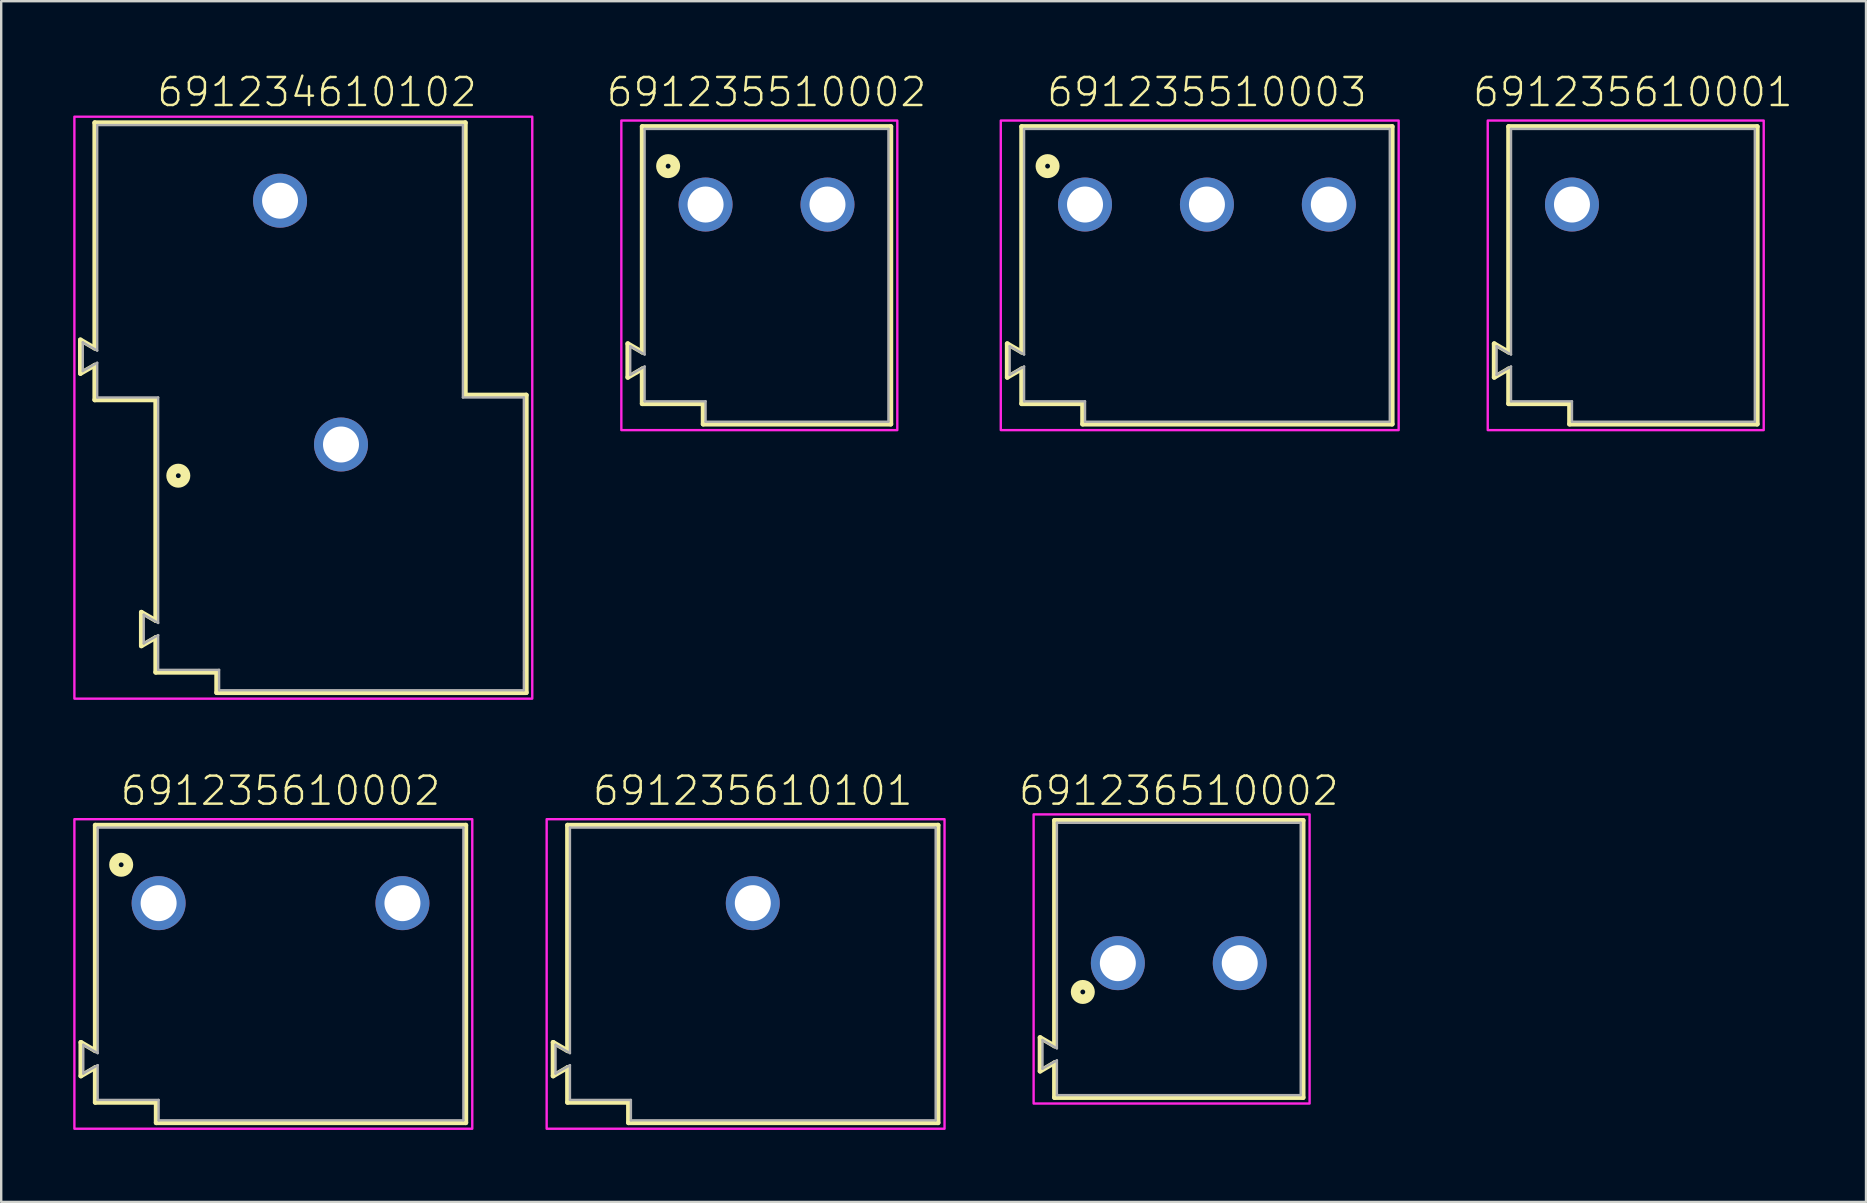
<source format=kicad_pcb>
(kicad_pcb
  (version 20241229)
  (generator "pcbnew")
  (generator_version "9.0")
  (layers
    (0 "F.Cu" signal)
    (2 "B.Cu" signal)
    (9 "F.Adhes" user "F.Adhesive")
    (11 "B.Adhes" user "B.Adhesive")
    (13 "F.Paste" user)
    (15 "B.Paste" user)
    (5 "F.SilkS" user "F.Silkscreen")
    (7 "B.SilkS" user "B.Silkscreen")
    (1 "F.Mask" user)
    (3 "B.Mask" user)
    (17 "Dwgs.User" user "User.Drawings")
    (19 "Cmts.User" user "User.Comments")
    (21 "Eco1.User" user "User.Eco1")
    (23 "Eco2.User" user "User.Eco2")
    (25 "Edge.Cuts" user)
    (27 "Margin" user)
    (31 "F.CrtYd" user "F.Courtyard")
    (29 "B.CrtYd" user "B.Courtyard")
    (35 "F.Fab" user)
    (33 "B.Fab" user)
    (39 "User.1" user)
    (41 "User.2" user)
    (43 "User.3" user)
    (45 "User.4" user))
  (footprint "691235610002"
    (layer "F.Cu")
    (at 8.64 34.586)
    (property "Reference" "691235610002" (at 0 -4 0) (unlocked yes) (layer "F.SilkS") (effects (font (size 1.168 1.168) (thickness 0.102)) (justify bottom)))
    (fp_line (start -8.32 5.8) (end -7.72 6.15) (stroke (width 0.2) (type solid)) (layer "F.SilkS"))
    (fp_line (start -8.32 7.2) (end -8.32 5.8) (stroke (width 0.2) (type solid)) (layer "F.SilkS"))
    (fp_line (start -7.72 -3.25) (end 7.72 -3.25) (stroke (width 0.2) (type solid)) (layer "F.SilkS"))
    (fp_line (start -7.72 6.15) (end -7.72 -3.25) (stroke (width 0.2) (type solid)) (layer "F.SilkS"))
    (fp_line (start -7.72 6.85) (end -8.32 7.2) (stroke (width 0.2) (type solid)) (layer "F.SilkS"))
    (fp_line (start -7.72 8.3) (end -7.72 6.85) (stroke (width 0.2) (type solid)) (layer "F.SilkS"))
    (fp_line (start -5.18 8.3) (end -7.72 8.3) (stroke (width 0.2) (type solid)) (layer "F.SilkS"))
    (fp_line (start -5.18 9.15) (end -5.18 8.3) (stroke (width 0.2) (type solid)) (layer "F.SilkS"))
    (fp_line (start 7.72 -3.25) (end 7.72 9.15) (stroke (width 0.2) (type solid)) (layer "F.SilkS"))
    (fp_line (start 7.72 9.15) (end -5.18 9.15) (stroke (width 0.2) (type solid)) (layer "F.SilkS"))
    (fp_circle (center -6.64 -1.6) (end -6.54 -1.6) (stroke (width 0.4) (type solid)) (fill no) (layer "F.SilkS"))
    (fp_poly (pts (xy 7.99 9.4) (xy -8.59 9.4) (xy -8.59 -3.5) (xy 7.99 -3.5)) (stroke (width 0.1) (type default)) (fill no) (layer "F.CrtYd"))
    (fp_line (start -8.22 5.9) (end -8.22 7.1) (stroke (width 0.1) (type solid)) (layer "F.Fab"))
    (fp_line (start -8.22 5.9) (end -7.62 6.25) (stroke (width 0.1) (type solid)) (layer "F.Fab"))
    (fp_line (start -8.22 7.1) (end -7.62 6.75) (stroke (width 0.1) (type solid)) (layer "F.Fab"))
    (fp_line (start -7.62 -3.15) (end 7.62 -3.15) (stroke (width 0.1) (type solid)) (layer "F.Fab"))
    (fp_line (start -7.62 6.25) (end -7.62 -3.15) (stroke (width 0.1) (type solid)) (layer "F.Fab"))
    (fp_line (start -7.62 8.2) (end -7.62 6.75) (stroke (width 0.1) (type solid)) (layer "F.Fab"))
    (fp_line (start -5.08 8.2) (end -7.62 8.2) (stroke (width 0.1) (type solid)) (layer "F.Fab"))
    (fp_line (start -5.08 9.05) (end -5.08 8.2) (stroke (width 0.1) (type solid)) (layer "F.Fab"))
    (fp_line (start 7.62 -3.15) (end 7.62 9.05) (stroke (width 0.1) (type solid)) (layer "F.Fab"))
    (fp_line (start 7.62 9.05) (end -5.08 9.05) (stroke (width 0.1) (type solid)) (layer "F.Fab"))
    (pad "1" thru_hole circle (at -5.08 0) (size 2.25 2.25) (drill 1.5) (layers "*.Cu" "*.Mask"))
    (pad "2" thru_hole circle (at 5.08 0) (size 2.25 2.25) (drill 1.5) (layers "*.Cu" "*.Mask")))
  (footprint "691235510003"
    (layer "F.Cu")
    (at 47.244 5.473)
    (property "Reference" "691235510003" (at 0 -4 0) (unlocked yes) (layer "F.SilkS") (effects (font (size 1.168 1.168) (thickness 0.102)) (justify bottom)))
    (fp_line (start -8.32 5.8) (end -7.72 6.15) (stroke (width 0.2) (type solid)) (layer "F.SilkS"))
    (fp_line (start -8.32 7.2) (end -8.32 5.8) (stroke (width 0.2) (type solid)) (layer "F.SilkS"))
    (fp_line (start -7.72 -3.25) (end 7.72 -3.25) (stroke (width 0.2) (type solid)) (layer "F.SilkS"))
    (fp_line (start -7.72 6.15) (end -7.72 -3.25) (stroke (width 0.2) (type solid)) (layer "F.SilkS"))
    (fp_line (start -7.72 6.85) (end -8.32 7.2) (stroke (width 0.2) (type solid)) (layer "F.SilkS"))
    (fp_line (start -7.72 8.3) (end -7.72 6.85) (stroke (width 0.2) (type solid)) (layer "F.SilkS"))
    (fp_line (start -5.18 8.3) (end -7.72 8.3) (stroke (width 0.2) (type solid)) (layer "F.SilkS"))
    (fp_line (start -5.18 9.15) (end -5.18 8.3) (stroke (width 0.2) (type solid)) (layer "F.SilkS"))
    (fp_line (start 7.72 -3.25) (end 7.72 9.15) (stroke (width 0.2) (type solid)) (layer "F.SilkS"))
    (fp_line (start 7.72 9.15) (end -5.18 9.15) (stroke (width 0.2) (type solid)) (layer "F.SilkS"))
    (fp_circle (center -6.64 -1.6) (end -6.54 -1.6) (stroke (width 0.4) (type solid)) (fill no) (layer "F.SilkS"))
    (fp_poly (pts (xy 7.99 9.4) (xy -8.59 9.4) (xy -8.59 -3.5) (xy 7.99 -3.5)) (stroke (width 0.1) (type default)) (fill no) (layer "F.CrtYd"))
    (fp_line (start -8.22 5.9) (end -8.22 7.1) (stroke (width 0.1) (type solid)) (layer "F.Fab"))
    (fp_line (start -8.22 5.9) (end -7.62 6.25) (stroke (width 0.1) (type solid)) (layer "F.Fab"))
    (fp_line (start -8.22 7.1) (end -7.62 6.75) (stroke (width 0.1) (type solid)) (layer "F.Fab"))
    (fp_line (start -7.62 -3.15) (end 7.62 -3.15) (stroke (width 0.1) (type solid)) (layer "F.Fab"))
    (fp_line (start -7.62 6.25) (end -7.62 -3.15) (stroke (width 0.1) (type solid)) (layer "F.Fab"))
    (fp_line (start -7.62 8.2) (end -7.62 6.75) (stroke (width 0.1) (type solid)) (layer "F.Fab"))
    (fp_line (start -5.08 8.2) (end -7.62 8.2) (stroke (width 0.1) (type solid)) (layer "F.Fab"))
    (fp_line (start -5.08 9.05) (end -5.08 8.2) (stroke (width 0.1) (type solid)) (layer "F.Fab"))
    (fp_line (start 7.62 -3.15) (end 7.62 9.05) (stroke (width 0.1) (type solid)) (layer "F.Fab"))
    (fp_line (start 7.62 9.05) (end -5.08 9.05) (stroke (width 0.1) (type solid)) (layer "F.Fab"))
    (pad "1" thru_hole circle (at -5.08 0) (size 2.25 2.25) (drill 1.5) (layers "*.Cu" "*.Mask"))
    (pad "2" thru_hole circle (at 0 0) (size 2.25 2.25) (drill 1.5) (layers "*.Cu" "*.Mask"))
    (pad "3" thru_hole circle (at 5.08 0) (size 2.25 2.25) (drill 1.5) (layers "*.Cu" "*.Mask")))
  (footprint "691235610101"
    (layer "F.Cu")
    (at 28.32 34.586)
    (property "Reference" "691235610101" (at 0 -4 0) (unlocked yes) (layer "F.SilkS") (effects (font (size 1.168 1.168) (thickness 0.102)) (justify bottom)))
    (fp_line (start -8.32 5.8) (end -7.72 6.15) (stroke (width 0.2) (type solid)) (layer "F.SilkS"))
    (fp_line (start -8.32 7.2) (end -8.32 5.8) (stroke (width 0.2) (type solid)) (layer "F.SilkS"))
    (fp_line (start -7.72 -3.25) (end 7.72 -3.25) (stroke (width 0.2) (type solid)) (layer "F.SilkS"))
    (fp_line (start -7.72 6.15) (end -7.72 -3.25) (stroke (width 0.2) (type solid)) (layer "F.SilkS"))
    (fp_line (start -7.72 6.85) (end -8.32 7.2) (stroke (width 0.2) (type solid)) (layer "F.SilkS"))
    (fp_line (start -7.72 8.3) (end -7.72 6.85) (stroke (width 0.2) (type solid)) (layer "F.SilkS"))
    (fp_line (start -5.18 8.3) (end -7.72 8.3) (stroke (width 0.2) (type solid)) (layer "F.SilkS"))
    (fp_line (start -5.18 9.15) (end -5.18 8.3) (stroke (width 0.2) (type solid)) (layer "F.SilkS"))
    (fp_line (start 7.72 -3.25) (end 7.72 9.15) (stroke (width 0.2) (type solid)) (layer "F.SilkS"))
    (fp_line (start 7.72 9.15) (end -5.18 9.15) (stroke (width 0.2) (type solid)) (layer "F.SilkS"))
    (fp_poly (pts (xy 7.99 9.4) (xy -8.59 9.4) (xy -8.59 -3.5) (xy 7.99 -3.5)) (stroke (width 0.1) (type default)) (fill no) (layer "F.CrtYd"))
    (fp_line (start -8.22 5.9) (end -8.22 7.1) (stroke (width 0.1) (type solid)) (layer "F.Fab"))
    (fp_line (start -8.22 5.9) (end -7.62 6.25) (stroke (width 0.1) (type solid)) (layer "F.Fab"))
    (fp_line (start -8.22 7.1) (end -7.62 6.75) (stroke (width 0.1) (type solid)) (layer "F.Fab"))
    (fp_line (start -7.62 -3.15) (end 7.62 -3.15) (stroke (width 0.1) (type solid)) (layer "F.Fab"))
    (fp_line (start -7.62 6.25) (end -7.62 -3.15) (stroke (width 0.1) (type solid)) (layer "F.Fab"))
    (fp_line (start -7.62 8.2) (end -7.62 6.75) (stroke (width 0.1) (type solid)) (layer "F.Fab"))
    (fp_line (start -5.08 8.2) (end -7.62 8.2) (stroke (width 0.1) (type solid)) (layer "F.Fab"))
    (fp_line (start -5.08 9.05) (end -5.08 8.2) (stroke (width 0.1) (type solid)) (layer "F.Fab"))
    (fp_line (start 7.62 -3.15) (end 7.62 9.05) (stroke (width 0.1) (type solid)) (layer "F.Fab"))
    (fp_line (start 7.62 9.05) (end -5.08 9.05) (stroke (width 0.1) (type solid)) (layer "F.Fab"))
    (pad "1" thru_hole circle (at 0 0) (size 2.25 2.25) (drill 1.5) (layers "*.Cu" "*.Mask")))
  (footprint "691235510002"
    (layer "F.Cu")
    (at 28.892 5.473)
    (property "Reference" "691235510002" (at 0 -4 0) (unlocked yes) (layer "F.SilkS") (effects (font (size 1.168 1.168) (thickness 0.102)) (justify bottom)))
    (fp_line (start -5.78 5.8) (end -5.18 6.15) (stroke (width 0.2) (type solid)) (layer "F.SilkS"))
    (fp_line (start -5.78 7.2) (end -5.78 5.8) (stroke (width 0.2) (type solid)) (layer "F.SilkS"))
    (fp_line (start -5.18 -3.25) (end 5.18 -3.25) (stroke (width 0.2) (type solid)) (layer "F.SilkS"))
    (fp_line (start -5.18 6.15) (end -5.18 -3.25) (stroke (width 0.2) (type solid)) (layer "F.SilkS"))
    (fp_line (start -5.18 6.85) (end -5.78 7.2) (stroke (width 0.2) (type solid)) (layer "F.SilkS"))
    (fp_line (start -5.18 8.3) (end -5.18 6.85) (stroke (width 0.2) (type solid)) (layer "F.SilkS"))
    (fp_line (start -2.64 8.3) (end -5.18 8.3) (stroke (width 0.2) (type solid)) (layer "F.SilkS"))
    (fp_line (start -2.64 9.15) (end -2.64 8.3) (stroke (width 0.2) (type solid)) (layer "F.SilkS"))
    (fp_line (start 5.18 -3.25) (end 5.18 9.15) (stroke (width 0.2) (type solid)) (layer "F.SilkS"))
    (fp_line (start 5.18 9.15) (end -2.64 9.15) (stroke (width 0.2) (type solid)) (layer "F.SilkS"))
    (fp_circle (center -4.1 -1.6) (end -4 -1.6) (stroke (width 0.4) (type solid)) (fill no) (layer "F.SilkS"))
    (fp_poly (pts (xy 5.45 9.4) (xy -6.05 9.4) (xy -6.05 -3.5) (xy 5.45 -3.5)) (stroke (width 0.1) (type default)) (fill no) (layer "F.CrtYd"))
    (fp_line (start -5.68 5.9) (end -5.68 7.1) (stroke (width 0.1) (type solid)) (layer "F.Fab"))
    (fp_line (start -5.68 5.9) (end -5.08 6.25) (stroke (width 0.1) (type solid)) (layer "F.Fab"))
    (fp_line (start -5.68 7.1) (end -5.08 6.75) (stroke (width 0.1) (type solid)) (layer "F.Fab"))
    (fp_line (start -5.08 -3.15) (end 5.08 -3.15) (stroke (width 0.1) (type solid)) (layer "F.Fab"))
    (fp_line (start -5.08 6.25) (end -5.08 -3.15) (stroke (width 0.1) (type solid)) (layer "F.Fab"))
    (fp_line (start -5.08 8.2) (end -5.08 6.75) (stroke (width 0.1) (type solid)) (layer "F.Fab"))
    (fp_line (start -2.54 8.2) (end -5.08 8.2) (stroke (width 0.1) (type solid)) (layer "F.Fab"))
    (fp_line (start -2.54 9.05) (end -2.54 8.2) (stroke (width 0.1) (type solid)) (layer "F.Fab"))
    (fp_line (start 5.08 -3.15) (end 5.08 9.05) (stroke (width 0.1) (type solid)) (layer "F.Fab"))
    (fp_line (start 5.08 9.05) (end -2.54 9.05) (stroke (width 0.1) (type solid)) (layer "F.Fab"))
    (pad "1" thru_hole circle (at -2.54 0) (size 2.25 2.25) (drill 1.5) (layers "*.Cu" "*.Mask"))
    (pad "2" thru_hole circle (at 2.54 0) (size 2.25 2.25) (drill 1.5) (layers "*.Cu" "*.Mask")))
  (footprint "691235610001"
    (layer "F.Cu")
    (at 62.456 5.473)
    (property "Reference" "691235610001" (at 2.54 -4 0) (unlocked yes) (layer "F.SilkS") (effects (font (size 1.168 1.168) (thickness 0.102)) (justify bottom)))
    (fp_line (start -3.24 5.8) (end -2.64 6.15) (stroke (width 0.2) (type solid)) (layer "F.SilkS"))
    (fp_line (start -3.24 7.2) (end -3.24 5.8) (stroke (width 0.2) (type solid)) (layer "F.SilkS"))
    (fp_line (start -2.64 -3.25) (end 7.72 -3.25) (stroke (width 0.2) (type solid)) (layer "F.SilkS"))
    (fp_line (start -2.64 6.15) (end -2.64 -3.25) (stroke (width 0.2) (type solid)) (layer "F.SilkS"))
    (fp_line (start -2.64 6.85) (end -3.24 7.2) (stroke (width 0.2) (type solid)) (layer "F.SilkS"))
    (fp_line (start -2.64 8.3) (end -2.64 6.85) (stroke (width 0.2) (type solid)) (layer "F.SilkS"))
    (fp_line (start -0.1 8.3) (end -2.64 8.3) (stroke (width 0.2) (type solid)) (layer "F.SilkS"))
    (fp_line (start -0.1 9.15) (end -0.1 8.3) (stroke (width 0.2) (type solid)) (layer "F.SilkS"))
    (fp_line (start 7.72 -3.25) (end 7.72 9.15) (stroke (width 0.2) (type solid)) (layer "F.SilkS"))
    (fp_line (start 7.72 9.15) (end -0.1 9.15) (stroke (width 0.2) (type solid)) (layer "F.SilkS"))
    (fp_poly (pts (xy 7.99 9.4) (xy -3.51 9.4) (xy -3.51 -3.5) (xy 7.99 -3.5)) (stroke (width 0.1) (type default)) (fill no) (layer "F.CrtYd"))
    (fp_line (start -3.14 5.9) (end -3.14 7.1) (stroke (width 0.1) (type solid)) (layer "F.Fab"))
    (fp_line (start -3.14 5.9) (end -2.54 6.25) (stroke (width 0.1) (type solid)) (layer "F.Fab"))
    (fp_line (start -3.14 7.1) (end -2.54 6.75) (stroke (width 0.1) (type solid)) (layer "F.Fab"))
    (fp_line (start -2.54 -3.15) (end 7.62 -3.15) (stroke (width 0.1) (type solid)) (layer "F.Fab"))
    (fp_line (start -2.54 6.25) (end -2.54 -3.15) (stroke (width 0.1) (type solid)) (layer "F.Fab"))
    (fp_line (start -2.54 8.2) (end -2.54 6.75) (stroke (width 0.1) (type solid)) (layer "F.Fab"))
    (fp_line (start 0 8.2) (end -2.54 8.2) (stroke (width 0.1) (type solid)) (layer "F.Fab"))
    (fp_line (start 0 9.05) (end 0 8.2) (stroke (width 0.1) (type solid)) (layer "F.Fab"))
    (fp_line (start 7.62 -3.15) (end 7.62 9.05) (stroke (width 0.1) (type solid)) (layer "F.Fab"))
    (fp_line (start 7.62 9.05) (end 0 9.05) (stroke (width 0.1) (type solid)) (layer "F.Fab"))
    (pad "1" thru_hole circle (at 0 0) (size 2.25 2.25) (drill 1.5) (layers "*.Cu" "*.Mask")))
  (footprint "691236510002"
    (layer "F.Cu")
    (at 46.072 37.086)
    (property "Reference" "691236510002" (at 0 -6.5 0) (unlocked yes) (layer "F.SilkS") (effects (font (size 1.168 1.168) (thickness 0.102)) (justify bottom)))
    (fp_line (start -5.78 3.1) (end -5.18 3.45) (stroke (width 0.2) (type solid)) (layer "F.SilkS"))
    (fp_line (start -5.78 4.5) (end -5.78 3.1) (stroke (width 0.2) (type solid)) (layer "F.SilkS"))
    (fp_line (start -5.18 -5.95) (end 5.18 -5.95) (stroke (width 0.2) (type solid)) (layer "F.SilkS"))
    (fp_line (start -5.18 3.45) (end -5.18 -5.95) (stroke (width 0.2) (type solid)) (layer "F.SilkS"))
    (fp_line (start -5.18 4.15) (end -5.78 4.5) (stroke (width 0.2) (type solid)) (layer "F.SilkS"))
    (fp_line (start -5.18 5.6) (end -5.18 4.15) (stroke (width 0.2) (type solid)) (layer "F.SilkS"))
    (fp_line (start 5.18 -5.95) (end 5.18 5.6) (stroke (width 0.2) (type solid)) (layer "F.SilkS"))
    (fp_line (start 5.18 5.6) (end -5.18 5.6) (stroke (width 0.2) (type solid)) (layer "F.SilkS"))
    (fp_circle (center -4 1.2) (end -3.9 1.2) (stroke (width 0.4) (type solid)) (fill no) (layer "F.SilkS"))
    (fp_poly (pts (xy 5.45 5.85) (xy -6.05 5.85) (xy -6.05 -6.2) (xy 5.45 -6.2)) (stroke (width 0.1) (type default)) (fill no) (layer "F.CrtYd"))
    (fp_line (start -5.68 3.2) (end -5.68 4.4) (stroke (width 0.1) (type solid)) (layer "F.Fab"))
    (fp_line (start -5.68 3.2) (end -5.08 3.55) (stroke (width 0.1) (type solid)) (layer "F.Fab"))
    (fp_line (start -5.68 4.4) (end -5.08 4.05) (stroke (width 0.1) (type solid)) (layer "F.Fab"))
    (fp_line (start -5.08 -5.85) (end 5.08 -5.85) (stroke (width 0.1) (type solid)) (layer "F.Fab"))
    (fp_line (start -5.08 3.55) (end -5.08 -5.85) (stroke (width 0.1) (type solid)) (layer "F.Fab"))
    (fp_line (start -5.08 5.5) (end -5.08 4.05) (stroke (width 0.1) (type solid)) (layer "F.Fab"))
    (fp_line (start 5.08 -5.85) (end 5.08 5.5) (stroke (width 0.1) (type solid)) (layer "F.Fab"))
    (fp_line (start 5.08 5.5) (end -5.08 5.5) (stroke (width 0.1) (type solid)) (layer "F.Fab"))
    (pad "1" thru_hole circle (at -2.54 0) (size 2.25 2.25) (drill 1.5) (layers "*.Cu" "*.Mask"))
    (pad "2" thru_hole circle (at 2.54 0) (size 2.25 2.25) (drill 1.5) (layers "*.Cu" "*.Mask")))
  (footprint "691234610102"
    (layer "F.Cu")
    (at 11.16 15.473)
    (property "Reference" "691234610102" (at -1 -14 0) (unlocked yes) (layer "F.SilkS") (effects (font (size 1.168 1.168) (thickness 0.102)) (justify bottom)))
    (fp_line (start -10.86 -4.36) (end -10.26 -4.014) (stroke (width 0.2) (type solid)) (layer "F.SilkS"))
    (fp_line (start -10.86 -2.96) (end -10.86 -4.36) (stroke (width 0.2) (type solid)) (layer "F.SilkS"))
    (fp_line (start -10.26 -13.41) (end 5.18 -13.41) (stroke (width 0.2) (type solid)) (layer "F.SilkS"))
    (fp_line (start -10.26 -4.014) (end -10.26 -13.41) (stroke (width 0.2) (type solid)) (layer "F.SilkS"))
    (fp_line (start -10.26 -3.306) (end -10.86 -2.96) (stroke (width 0.2) (type solid)) (layer "F.SilkS"))
    (fp_line (start -10.26 -1.86) (end -10.26 -3.306) (stroke (width 0.2) (type solid)) (layer "F.SilkS"))
    (fp_line (start -8.32 6.99) (end -7.72 7.336) (stroke (width 0.2) (type solid)) (layer "F.SilkS"))
    (fp_line (start -8.32 8.39) (end -8.32 6.99) (stroke (width 0.2) (type solid)) (layer "F.SilkS"))
    (fp_line (start -7.72 -1.86) (end -10.26 -1.86) (stroke (width 0.2) (type solid)) (layer "F.SilkS"))
    (fp_line (start -7.72 7.336) (end -7.72 -1.86) (stroke (width 0.2) (type solid)) (layer "F.SilkS"))
    (fp_line (start -7.72 8.044) (end -8.32 8.39) (stroke (width 0.2) (type solid)) (layer "F.SilkS"))
    (fp_line (start -7.72 9.49) (end -7.72 8.044) (stroke (width 0.2) (type solid)) (layer "F.SilkS"))
    (fp_line (start -5.18 9.49) (end -7.72 9.49) (stroke (width 0.2) (type solid)) (layer "F.SilkS"))
    (fp_line (start -5.18 10.34) (end -5.18 9.49) (stroke (width 0.2) (type solid)) (layer "F.SilkS"))
    (fp_line (start 5.18 -13.41) (end 5.18 -2.06) (stroke (width 0.2) (type solid)) (layer "F.SilkS"))
    (fp_line (start 5.18 -2.06) (end 7.72 -2.06) (stroke (width 0.2) (type solid)) (layer "F.SilkS"))
    (fp_line (start 7.72 -2.06) (end 7.72 10.34) (stroke (width 0.2) (type solid)) (layer "F.SilkS"))
    (fp_line (start 7.72 10.34) (end -5.18 10.34) (stroke (width 0.2) (type solid)) (layer "F.SilkS"))
    (fp_circle (center -6.78 1.3) (end -6.68 1.3) (stroke (width 0.4) (type solid)) (fill no) (layer "F.SilkS"))
    (fp_poly (pts (xy 7.97 10.59) (xy -11.11 10.59) (xy -11.11 -13.66) (xy 7.97 -13.66)) (stroke (width 0.1) (type default)) (fill no) (layer "F.CrtYd"))
    (fp_line (start -10.76 -4.26) (end -10.76 -3.06) (stroke (width 0.1) (type solid)) (layer "F.Fab"))
    (fp_line (start -10.76 -4.26) (end -10.16 -3.914) (stroke (width 0.1) (type solid)) (layer "F.Fab"))
    (fp_line (start -10.76 -3.06) (end -10.16 -3.406) (stroke (width 0.1) (type solid)) (layer "F.Fab"))
    (fp_line (start -10.16 -13.31) (end 5.08 -13.31) (stroke (width 0.1) (type solid)) (layer "F.Fab"))
    (fp_line (start -10.16 -3.914) (end -10.16 -13.31) (stroke (width 0.1) (type solid)) (layer "F.Fab"))
    (fp_line (start -10.16 -1.96) (end -10.16 -3.406) (stroke (width 0.1) (type solid)) (layer "F.Fab"))
    (fp_line (start -8.22 7.09) (end -7.62 7.436) (stroke (width 0.1) (type solid)) (layer "F.Fab"))
    (fp_line (start -8.22 8.29) (end -8.22 7.09) (stroke (width 0.1) (type solid)) (layer "F.Fab"))
    (fp_line (start -8.22 8.29) (end -7.62 7.944) (stroke (width 0.1) (type solid)) (layer "F.Fab"))
    (fp_line (start -7.62 -1.96) (end -10.16 -1.96) (stroke (width 0.1) (type solid)) (layer "F.Fab"))
    (fp_line (start -7.62 7.436) (end -7.62 -1.96) (stroke (width 0.1) (type solid)) (layer "F.Fab"))
    (fp_line (start -7.62 9.39) (end -7.62 7.944) (stroke (width 0.1) (type solid)) (layer "F.Fab"))
    (fp_line (start -5.08 9.39) (end -7.62 9.39) (stroke (width 0.1) (type solid)) (layer "F.Fab"))
    (fp_line (start -5.08 10.24) (end -5.08 9.39) (stroke (width 0.1) (type solid)) (layer "F.Fab"))
    (fp_line (start 5.08 -13.31) (end 5.08 -1.96) (stroke (width 0.1) (type solid)) (layer "F.Fab"))
    (fp_line (start 5.08 -1.96) (end 7.62 -1.96) (stroke (width 0.1) (type solid)) (layer "F.Fab"))
    (fp_line (start 7.62 -1.96) (end 7.62 9.39) (stroke (width 0.1) (type solid)) (layer "F.Fab"))
    (fp_line (start 7.62 9.44) (end 7.62 10.24) (stroke (width 0.1) (type solid)) (layer "F.Fab"))
    (fp_line (start 7.62 10.24) (end -5.08 10.24) (stroke (width 0.1) (type solid)) (layer "F.Fab"))
    (pad "1" thru_hole circle (at -2.54 -10.16) (size 2.25 2.25) (drill 1.5) (layers "*.Cu" "*.Mask"))
    (pad "2" thru_hole circle (at 0 0) (size 2.25 2.25) (drill 1.5) (layers "*.Cu" "*.Mask")))
  (gr_rect
    (start -3 -3)
    (end 74.709 47.036)
    (stroke (width 0.1) (type default))
    (fill no)
    (layer "Edge.Cuts")))
</source>
